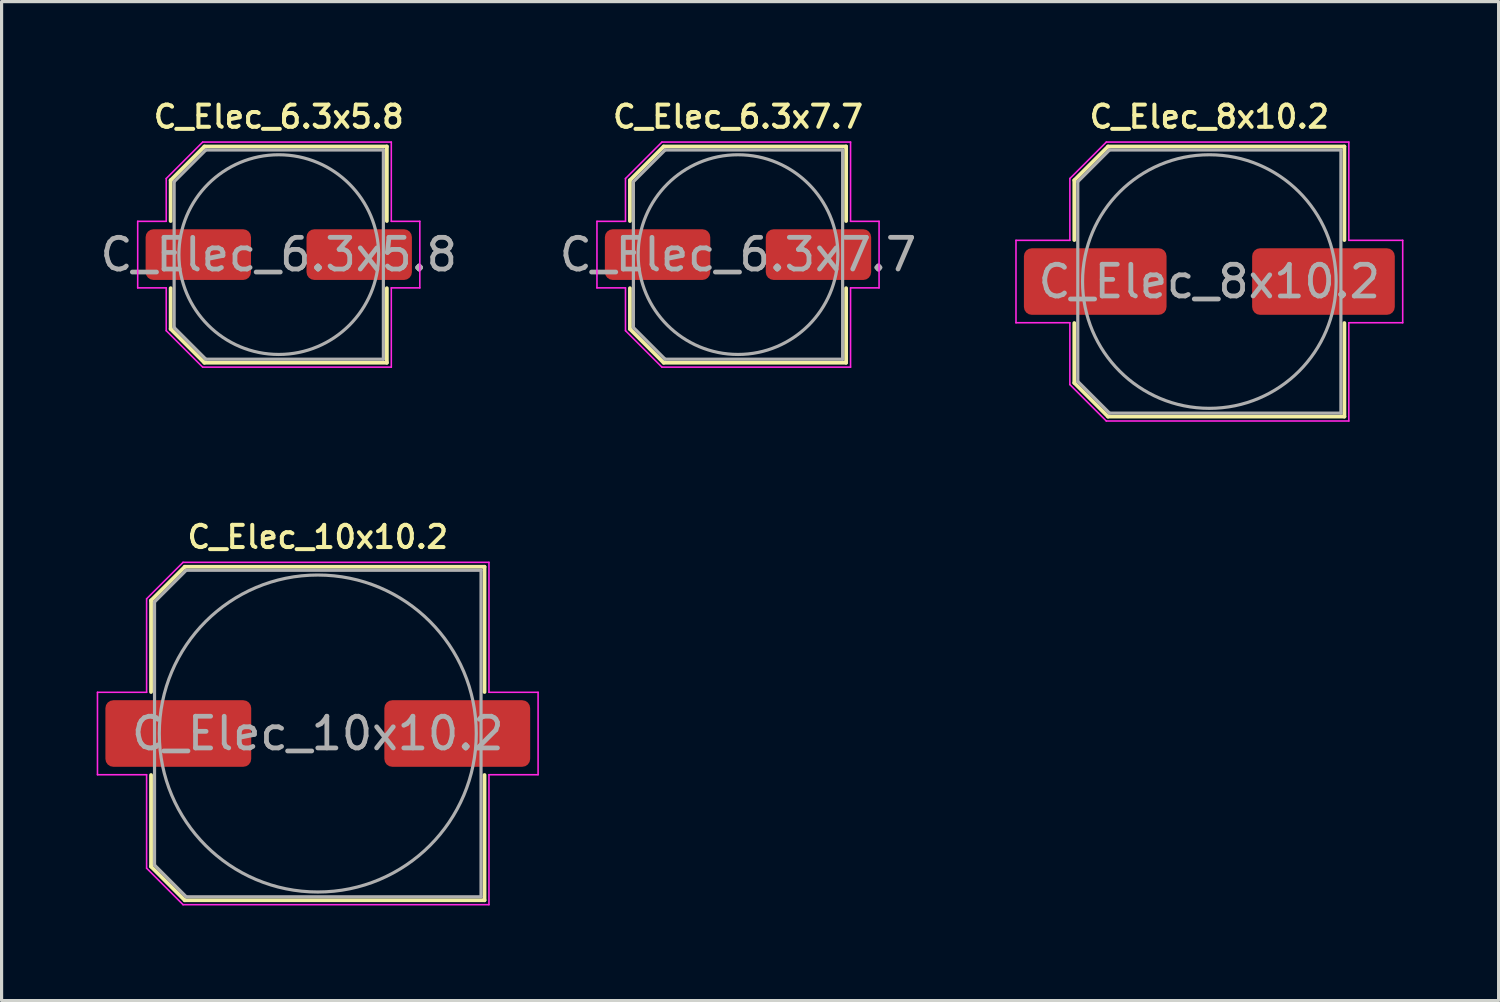
<source format=kicad_pcb>
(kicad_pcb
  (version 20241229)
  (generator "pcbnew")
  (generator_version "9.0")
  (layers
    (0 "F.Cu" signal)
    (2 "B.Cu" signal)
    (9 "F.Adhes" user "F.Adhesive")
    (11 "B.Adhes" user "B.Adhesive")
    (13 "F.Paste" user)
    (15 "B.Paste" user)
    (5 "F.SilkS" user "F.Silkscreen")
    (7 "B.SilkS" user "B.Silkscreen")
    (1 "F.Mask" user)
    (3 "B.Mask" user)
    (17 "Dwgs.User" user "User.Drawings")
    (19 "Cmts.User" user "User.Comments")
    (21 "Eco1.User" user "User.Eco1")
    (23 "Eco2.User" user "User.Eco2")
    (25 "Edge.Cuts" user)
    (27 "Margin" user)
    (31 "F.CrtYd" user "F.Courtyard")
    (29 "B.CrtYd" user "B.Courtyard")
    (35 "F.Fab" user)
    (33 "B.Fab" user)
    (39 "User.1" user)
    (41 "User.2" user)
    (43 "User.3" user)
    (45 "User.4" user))
  (footprint "C_Elec_10x10.2"
    (layer "F.Cu")
    (at 6.975 20.09)
    (property "Reference" "C_Elec_10x10.2" (at 0 -6.2 0) (layer "F.SilkS") (effects (font (size 0.7 0.7) (thickness 0.127))))
    (attr smd)
    (fp_line (start -5.26 -4.196) (end -5.26 -1.31) (stroke (width 0.12) (type solid)) (layer "F.SilkS"))
    (fp_line (start -5.26 -4.196) (end -4.196 -5.26) (stroke (width 0.12) (type solid)) (layer "F.SilkS"))
    (fp_line (start -5.26 4.196) (end -5.26 1.31) (stroke (width 0.12) (type solid)) (layer "F.SilkS"))
    (fp_line (start -5.26 4.196) (end -4.196 5.26) (stroke (width 0.12) (type solid)) (layer "F.SilkS"))
    (fp_line (start -4.196 -5.26) (end 5.26 -5.26) (stroke (width 0.12) (type solid)) (layer "F.SilkS"))
    (fp_line (start -4.196 5.26) (end 5.26 5.26) (stroke (width 0.12) (type solid)) (layer "F.SilkS"))
    (fp_line (start 5.26 -5.26) (end 5.26 -1.31) (stroke (width 0.12) (type solid)) (layer "F.SilkS"))
    (fp_line (start 5.26 5.26) (end 5.26 1.31) (stroke (width 0.12) (type solid)) (layer "F.SilkS"))
    (fp_line (start -6.95 -1.3) (end -6.95 1.3) (stroke (width 0.05) (type solid)) (layer "F.CrtYd"))
    (fp_line (start -6.95 1.3) (end -5.4 1.3) (stroke (width 0.05) (type solid)) (layer "F.CrtYd"))
    (fp_line (start -5.4 -4.25) (end -5.4 -1.3) (stroke (width 0.05) (type solid)) (layer "F.CrtYd"))
    (fp_line (start -5.4 -4.25) (end -4.25 -5.4) (stroke (width 0.05) (type solid)) (layer "F.CrtYd"))
    (fp_line (start -5.4 -1.3) (end -6.95 -1.3) (stroke (width 0.05) (type solid)) (layer "F.CrtYd"))
    (fp_line (start -5.4 1.3) (end -5.4 4.25) (stroke (width 0.05) (type solid)) (layer "F.CrtYd"))
    (fp_line (start -5.4 4.25) (end -4.25 5.4) (stroke (width 0.05) (type solid)) (layer "F.CrtYd"))
    (fp_line (start -4.25 -5.4) (end 5.4 -5.4) (stroke (width 0.05) (type solid)) (layer "F.CrtYd"))
    (fp_line (start -4.25 5.4) (end 5.4 5.4) (stroke (width 0.05) (type solid)) (layer "F.CrtYd"))
    (fp_line (start 5.4 -5.4) (end 5.4 -1.3) (stroke (width 0.05) (type solid)) (layer "F.CrtYd"))
    (fp_line (start 5.4 -1.3) (end 6.95 -1.3) (stroke (width 0.05) (type solid)) (layer "F.CrtYd"))
    (fp_line (start 5.4 1.3) (end 5.4 5.4) (stroke (width 0.05) (type solid)) (layer "F.CrtYd"))
    (fp_line (start 6.95 -1.3) (end 6.95 1.3) (stroke (width 0.05) (type solid)) (layer "F.CrtYd"))
    (fp_line (start 6.95 1.3) (end 5.4 1.3) (stroke (width 0.05) (type solid)) (layer "F.CrtYd"))
    (fp_line (start -5.15 -4.15) (end -5.15 4.15) (stroke (width 0.1) (type solid)) (layer "F.Fab"))
    (fp_line (start -5.15 -4.15) (end -4.15 -5.15) (stroke (width 0.1) (type solid)) (layer "F.Fab"))
    (fp_line (start -5.15 4.15) (end -4.15 5.15) (stroke (width 0.1) (type solid)) (layer "F.Fab"))
    (fp_line (start -4.15 -5.15) (end 5.15 -5.15) (stroke (width 0.1) (type solid)) (layer "F.Fab"))
    (fp_line (start -4.15 5.15) (end 5.15 5.15) (stroke (width 0.1) (type solid)) (layer "F.Fab"))
    (fp_line (start 5.15 -5.15) (end 5.15 5.15) (stroke (width 0.1) (type solid)) (layer "F.Fab"))
    (fp_circle (center 0 0) (end 5 0) (stroke (width 0.1) (type solid)) (fill no) (layer "F.Fab"))
    (fp_text user "${REFERENCE}" (at 0 0 0) (layer "F.Fab") (effects (font (size 1 1) (thickness 0.15))))
    (pad "1" smd roundrect (at -4.4 0) (size 4.6 2.1) (layers "F.Cu" "F.Mask" "F.Paste") (roundrect_rratio 0.119))
    (pad "2" smd roundrect (at 4.4 0) (size 4.6 2.1) (layers "F.Cu" "F.Mask" "F.Paste") (roundrect_rratio 0.119)))
  (footprint "C_Elec_6.3x5.8"
    (layer "F.Cu")
    (at 5.744 4.982)
    (property "Reference" "C_Elec_6.3x5.8" (at 0 -4.35 0) (layer "F.SilkS") (effects (font (size 0.7 0.7) (thickness 0.127))))
    (attr smd)
    (fp_line (start -3.41 -2.346) (end -3.41 -1.06) (stroke (width 0.12) (type solid)) (layer "F.SilkS"))
    (fp_line (start -3.41 -2.346) (end -2.346 -3.41) (stroke (width 0.12) (type solid)) (layer "F.SilkS"))
    (fp_line (start -3.41 2.346) (end -3.41 1.06) (stroke (width 0.12) (type solid)) (layer "F.SilkS"))
    (fp_line (start -3.41 2.346) (end -2.346 3.41) (stroke (width 0.12) (type solid)) (layer "F.SilkS"))
    (fp_line (start -2.346 -3.41) (end 3.41 -3.41) (stroke (width 0.12) (type solid)) (layer "F.SilkS"))
    (fp_line (start -2.346 3.41) (end 3.41 3.41) (stroke (width 0.12) (type solid)) (layer "F.SilkS"))
    (fp_line (start 3.41 -3.41) (end 3.41 -1.06) (stroke (width 0.12) (type solid)) (layer "F.SilkS"))
    (fp_line (start 3.41 3.41) (end 3.41 1.06) (stroke (width 0.12) (type solid)) (layer "F.SilkS"))
    (fp_line (start -4.45 -1.05) (end -4.45 1.05) (stroke (width 0.05) (type solid)) (layer "F.CrtYd"))
    (fp_line (start -4.45 1.05) (end -3.55 1.05) (stroke (width 0.05) (type solid)) (layer "F.CrtYd"))
    (fp_line (start -3.55 -2.4) (end -3.55 -1.05) (stroke (width 0.05) (type solid)) (layer "F.CrtYd"))
    (fp_line (start -3.55 -2.4) (end -2.4 -3.55) (stroke (width 0.05) (type solid)) (layer "F.CrtYd"))
    (fp_line (start -3.55 -1.05) (end -4.45 -1.05) (stroke (width 0.05) (type solid)) (layer "F.CrtYd"))
    (fp_line (start -3.55 1.05) (end -3.55 2.4) (stroke (width 0.05) (type solid)) (layer "F.CrtYd"))
    (fp_line (start -3.55 2.4) (end -2.4 3.55) (stroke (width 0.05) (type solid)) (layer "F.CrtYd"))
    (fp_line (start -2.4 -3.55) (end 3.55 -3.55) (stroke (width 0.05) (type solid)) (layer "F.CrtYd"))
    (fp_line (start -2.4 3.55) (end 3.55 3.55) (stroke (width 0.05) (type solid)) (layer "F.CrtYd"))
    (fp_line (start 3.55 -3.55) (end 3.55 -1.05) (stroke (width 0.05) (type solid)) (layer "F.CrtYd"))
    (fp_line (start 3.55 -1.05) (end 4.45 -1.05) (stroke (width 0.05) (type solid)) (layer "F.CrtYd"))
    (fp_line (start 3.55 1.05) (end 3.55 3.55) (stroke (width 0.05) (type solid)) (layer "F.CrtYd"))
    (fp_line (start 4.45 -1.05) (end 4.45 1.05) (stroke (width 0.05) (type solid)) (layer "F.CrtYd"))
    (fp_line (start 4.45 1.05) (end 3.55 1.05) (stroke (width 0.05) (type solid)) (layer "F.CrtYd"))
    (fp_line (start -3.3 -2.3) (end -3.3 2.3) (stroke (width 0.1) (type solid)) (layer "F.Fab"))
    (fp_line (start -3.3 -2.3) (end -2.3 -3.3) (stroke (width 0.1) (type solid)) (layer "F.Fab"))
    (fp_line (start -3.3 2.3) (end -2.3 3.3) (stroke (width 0.1) (type solid)) (layer "F.Fab"))
    (fp_line (start -2.3 -3.3) (end 3.3 -3.3) (stroke (width 0.1) (type solid)) (layer "F.Fab"))
    (fp_line (start -2.3 3.3) (end 3.3 3.3) (stroke (width 0.1) (type solid)) (layer "F.Fab"))
    (fp_line (start 3.3 -3.3) (end 3.3 3.3) (stroke (width 0.1) (type solid)) (layer "F.Fab"))
    (fp_circle (center 0 0) (end 3.15 0) (stroke (width 0.1) (type solid)) (fill no) (layer "F.Fab"))
    (fp_text user "${REFERENCE}" (at 0 0 0) (layer "F.Fab") (effects (font (size 1 1) (thickness 0.15))))
    (pad "1" smd roundrect (at -2.538 0) (size 3.325 1.6) (layers "F.Cu" "F.Mask" "F.Paste") (roundrect_rratio 0.156))
    (pad "2" smd roundrect (at 2.538 0) (size 3.325 1.6) (layers "F.Cu" "F.Mask" "F.Paste") (roundrect_rratio 0.156)))
  (footprint "C_Elec_8x10.2"
    (layer "F.Cu")
    (at 35.101 5.832)
    (property "Reference" "C_Elec_8x10.2" (at 0 -5.2 0) (layer "F.SilkS") (effects (font (size 0.7 0.7) (thickness 0.127))))
    (attr smd)
    (fp_line (start -4.26 -3.196) (end -4.26 -1.31) (stroke (width 0.12) (type solid)) (layer "F.SilkS"))
    (fp_line (start -4.26 -3.196) (end -3.196 -4.26) (stroke (width 0.12) (type solid)) (layer "F.SilkS"))
    (fp_line (start -4.26 3.196) (end -4.26 1.31) (stroke (width 0.12) (type solid)) (layer "F.SilkS"))
    (fp_line (start -4.26 3.196) (end -3.196 4.26) (stroke (width 0.12) (type solid)) (layer "F.SilkS"))
    (fp_line (start -3.196 -4.26) (end 4.26 -4.26) (stroke (width 0.12) (type solid)) (layer "F.SilkS"))
    (fp_line (start -3.196 4.26) (end 4.26 4.26) (stroke (width 0.12) (type solid)) (layer "F.SilkS"))
    (fp_line (start 4.26 -4.26) (end 4.26 -1.31) (stroke (width 0.12) (type solid)) (layer "F.SilkS"))
    (fp_line (start 4.26 4.26) (end 4.26 1.31) (stroke (width 0.12) (type solid)) (layer "F.SilkS"))
    (fp_line (start -6.1 -1.3) (end -6.1 1.3) (stroke (width 0.05) (type solid)) (layer "F.CrtYd"))
    (fp_line (start -6.1 1.3) (end -4.4 1.3) (stroke (width 0.05) (type solid)) (layer "F.CrtYd"))
    (fp_line (start -4.4 -3.25) (end -4.4 -1.3) (stroke (width 0.05) (type solid)) (layer "F.CrtYd"))
    (fp_line (start -4.4 -3.25) (end -3.25 -4.4) (stroke (width 0.05) (type solid)) (layer "F.CrtYd"))
    (fp_line (start -4.4 -1.3) (end -6.1 -1.3) (stroke (width 0.05) (type solid)) (layer "F.CrtYd"))
    (fp_line (start -4.4 1.3) (end -4.4 3.25) (stroke (width 0.05) (type solid)) (layer "F.CrtYd"))
    (fp_line (start -4.4 3.25) (end -3.25 4.4) (stroke (width 0.05) (type solid)) (layer "F.CrtYd"))
    (fp_line (start -3.25 -4.4) (end 4.4 -4.4) (stroke (width 0.05) (type solid)) (layer "F.CrtYd"))
    (fp_line (start -3.25 4.4) (end 4.4 4.4) (stroke (width 0.05) (type solid)) (layer "F.CrtYd"))
    (fp_line (start 4.4 -4.4) (end 4.4 -1.3) (stroke (width 0.05) (type solid)) (layer "F.CrtYd"))
    (fp_line (start 4.4 -1.3) (end 6.1 -1.3) (stroke (width 0.05) (type solid)) (layer "F.CrtYd"))
    (fp_line (start 4.4 1.3) (end 4.4 4.4) (stroke (width 0.05) (type solid)) (layer "F.CrtYd"))
    (fp_line (start 6.1 -1.3) (end 6.1 1.3) (stroke (width 0.05) (type solid)) (layer "F.CrtYd"))
    (fp_line (start 6.1 1.3) (end 4.4 1.3) (stroke (width 0.05) (type solid)) (layer "F.CrtYd"))
    (fp_line (start -4.15 -3.15) (end -4.15 3.15) (stroke (width 0.1) (type solid)) (layer "F.Fab"))
    (fp_line (start -4.15 -3.15) (end -3.15 -4.15) (stroke (width 0.1) (type solid)) (layer "F.Fab"))
    (fp_line (start -4.15 3.15) (end -3.15 4.15) (stroke (width 0.1) (type solid)) (layer "F.Fab"))
    (fp_line (start -3.15 -4.15) (end 4.15 -4.15) (stroke (width 0.1) (type solid)) (layer "F.Fab"))
    (fp_line (start -3.15 4.15) (end 4.15 4.15) (stroke (width 0.1) (type solid)) (layer "F.Fab"))
    (fp_line (start 4.15 -4.15) (end 4.15 4.15) (stroke (width 0.1) (type solid)) (layer "F.Fab"))
    (fp_circle (center 0 0) (end 4 0) (stroke (width 0.1) (type solid)) (fill no) (layer "F.Fab"))
    (fp_text user "${REFERENCE}" (at 0 0 0) (layer "F.Fab") (effects (font (size 1 1) (thickness 0.15))))
    (pad "1" smd roundrect (at -3.6 0) (size 4.5 2.1) (layers "F.Cu" "F.Mask" "F.Paste") (roundrect_rratio 0.119))
    (pad "2" smd roundrect (at 3.6 0) (size 4.5 2.1) (layers "F.Cu" "F.Mask" "F.Paste") (roundrect_rratio 0.119)))
  (footprint "C_Elec_6.3x7.7"
    (layer "F.Cu")
    (at 20.232 4.982)
    (property "Reference" "C_Elec_6.3x7.7" (at 0 -4.35 0) (layer "F.SilkS") (effects (font (size 0.7 0.7) (thickness 0.127))))
    (attr smd)
    (fp_line (start -3.41 -2.346) (end -3.41 -1.06) (stroke (width 0.12) (type solid)) (layer "F.SilkS"))
    (fp_line (start -3.41 -2.346) (end -2.346 -3.41) (stroke (width 0.12) (type solid)) (layer "F.SilkS"))
    (fp_line (start -3.41 2.346) (end -3.41 1.06) (stroke (width 0.12) (type solid)) (layer "F.SilkS"))
    (fp_line (start -3.41 2.346) (end -2.346 3.41) (stroke (width 0.12) (type solid)) (layer "F.SilkS"))
    (fp_line (start -2.346 -3.41) (end 3.41 -3.41) (stroke (width 0.12) (type solid)) (layer "F.SilkS"))
    (fp_line (start -2.346 3.41) (end 3.41 3.41) (stroke (width 0.12) (type solid)) (layer "F.SilkS"))
    (fp_line (start 3.41 -3.41) (end 3.41 -1.06) (stroke (width 0.12) (type solid)) (layer "F.SilkS"))
    (fp_line (start 3.41 3.41) (end 3.41 1.06) (stroke (width 0.12) (type solid)) (layer "F.SilkS"))
    (fp_line (start -4.45 -1.05) (end -4.45 1.05) (stroke (width 0.05) (type solid)) (layer "F.CrtYd"))
    (fp_line (start -4.45 1.05) (end -3.55 1.05) (stroke (width 0.05) (type solid)) (layer "F.CrtYd"))
    (fp_line (start -3.55 -2.4) (end -3.55 -1.05) (stroke (width 0.05) (type solid)) (layer "F.CrtYd"))
    (fp_line (start -3.55 -2.4) (end -2.4 -3.55) (stroke (width 0.05) (type solid)) (layer "F.CrtYd"))
    (fp_line (start -3.55 -1.05) (end -4.45 -1.05) (stroke (width 0.05) (type solid)) (layer "F.CrtYd"))
    (fp_line (start -3.55 1.05) (end -3.55 2.4) (stroke (width 0.05) (type solid)) (layer "F.CrtYd"))
    (fp_line (start -3.55 2.4) (end -2.4 3.55) (stroke (width 0.05) (type solid)) (layer "F.CrtYd"))
    (fp_line (start -2.4 -3.55) (end 3.55 -3.55) (stroke (width 0.05) (type solid)) (layer "F.CrtYd"))
    (fp_line (start -2.4 3.55) (end 3.55 3.55) (stroke (width 0.05) (type solid)) (layer "F.CrtYd"))
    (fp_line (start 3.55 -3.55) (end 3.55 -1.05) (stroke (width 0.05) (type solid)) (layer "F.CrtYd"))
    (fp_line (start 3.55 -1.05) (end 4.45 -1.05) (stroke (width 0.05) (type solid)) (layer "F.CrtYd"))
    (fp_line (start 3.55 1.05) (end 3.55 3.55) (stroke (width 0.05) (type solid)) (layer "F.CrtYd"))
    (fp_line (start 4.45 -1.05) (end 4.45 1.05) (stroke (width 0.05) (type solid)) (layer "F.CrtYd"))
    (fp_line (start 4.45 1.05) (end 3.55 1.05) (stroke (width 0.05) (type solid)) (layer "F.CrtYd"))
    (fp_line (start -3.3 -2.3) (end -3.3 2.3) (stroke (width 0.1) (type solid)) (layer "F.Fab"))
    (fp_line (start -3.3 -2.3) (end -2.3 -3.3) (stroke (width 0.1) (type solid)) (layer "F.Fab"))
    (fp_line (start -3.3 2.3) (end -2.3 3.3) (stroke (width 0.1) (type solid)) (layer "F.Fab"))
    (fp_line (start -2.3 -3.3) (end 3.3 -3.3) (stroke (width 0.1) (type solid)) (layer "F.Fab"))
    (fp_line (start -2.3 3.3) (end 3.3 3.3) (stroke (width 0.1) (type solid)) (layer "F.Fab"))
    (fp_line (start 3.3 -3.3) (end 3.3 3.3) (stroke (width 0.1) (type solid)) (layer "F.Fab"))
    (fp_circle (center 0 0) (end 3.15 0) (stroke (width 0.1) (type solid)) (fill no) (layer "F.Fab"))
    (fp_text user "${REFERENCE}" (at 0 0 0) (layer "F.Fab") (effects (font (size 1 1) (thickness 0.15))))
    (pad "1" smd roundrect (at -2.538 0) (size 3.325 1.6) (layers "F.Cu" "F.Mask" "F.Paste") (roundrect_rratio 0.156))
    (pad "2" smd roundrect (at 2.538 0) (size 3.325 1.6) (layers "F.Cu" "F.Mask" "F.Paste") (roundrect_rratio 0.156)))
  (gr_rect
    (start -3 -3)
    (end 44.226 28.515)
    (stroke (width 0.1) (type default))
    (fill no)
    (layer "Edge.Cuts")))
</source>
